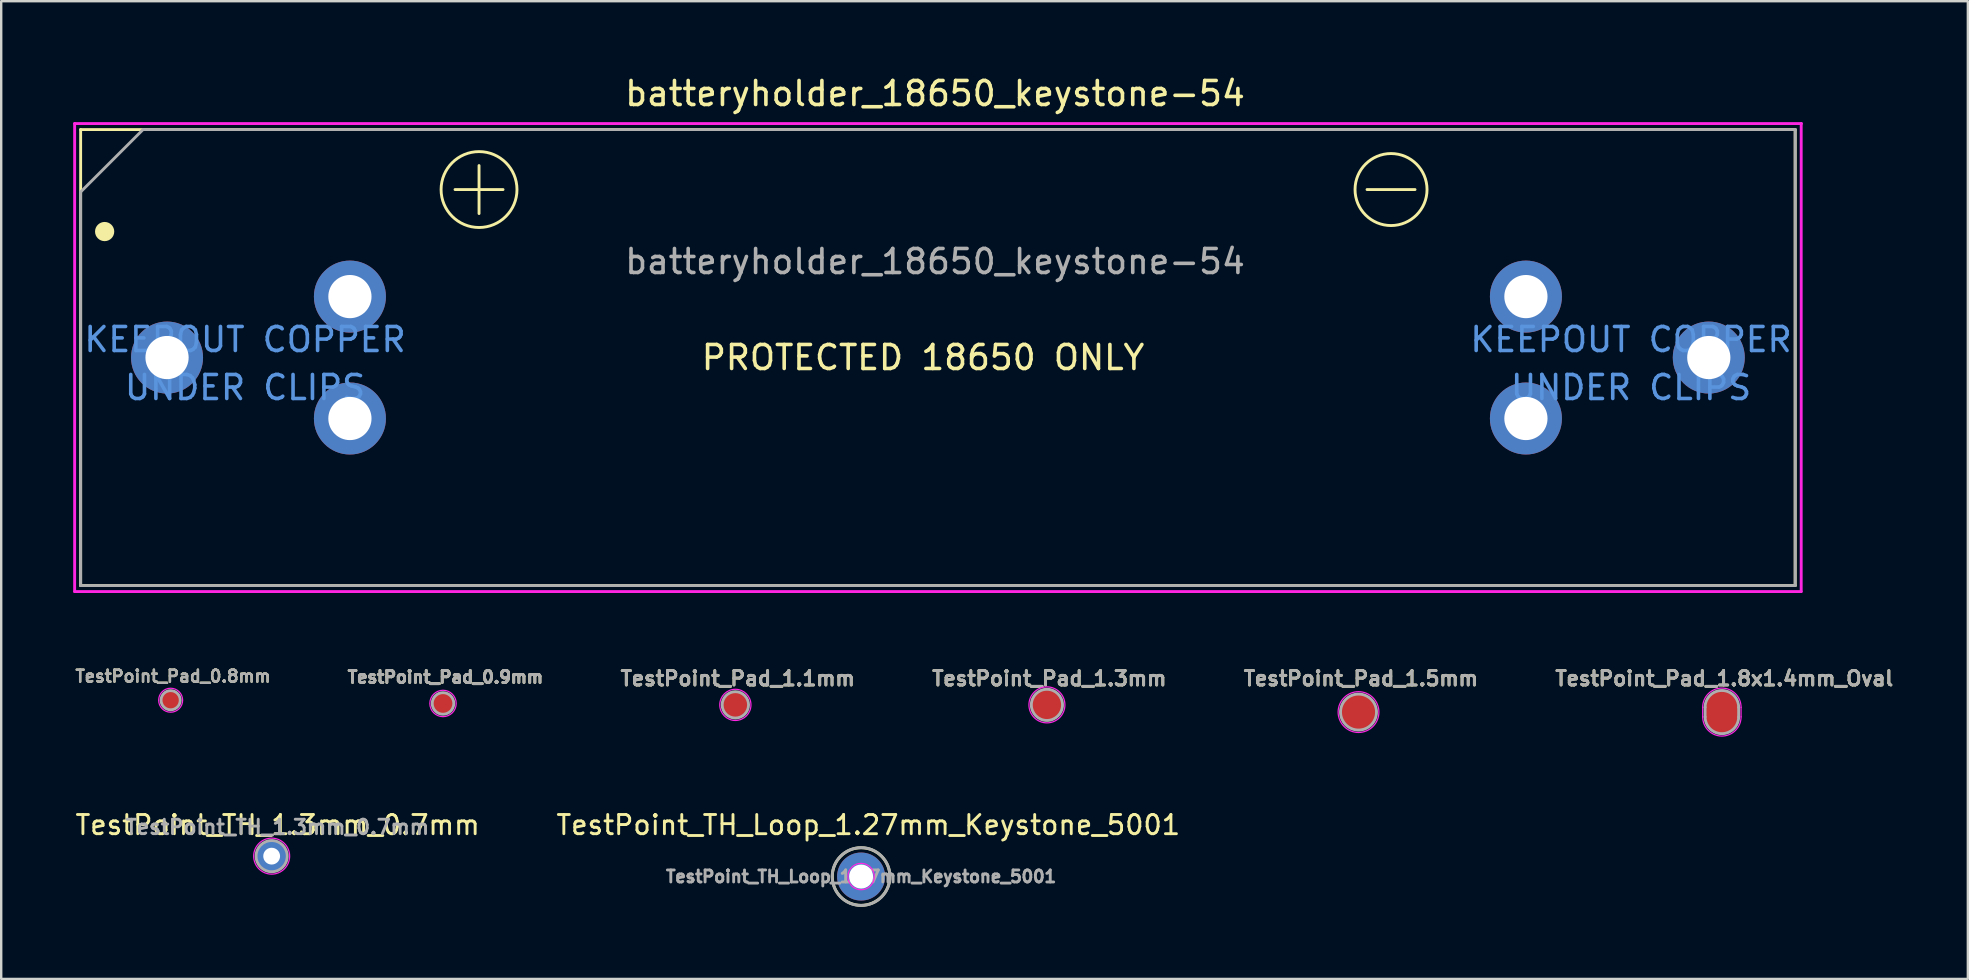
<source format=kicad_pcb>
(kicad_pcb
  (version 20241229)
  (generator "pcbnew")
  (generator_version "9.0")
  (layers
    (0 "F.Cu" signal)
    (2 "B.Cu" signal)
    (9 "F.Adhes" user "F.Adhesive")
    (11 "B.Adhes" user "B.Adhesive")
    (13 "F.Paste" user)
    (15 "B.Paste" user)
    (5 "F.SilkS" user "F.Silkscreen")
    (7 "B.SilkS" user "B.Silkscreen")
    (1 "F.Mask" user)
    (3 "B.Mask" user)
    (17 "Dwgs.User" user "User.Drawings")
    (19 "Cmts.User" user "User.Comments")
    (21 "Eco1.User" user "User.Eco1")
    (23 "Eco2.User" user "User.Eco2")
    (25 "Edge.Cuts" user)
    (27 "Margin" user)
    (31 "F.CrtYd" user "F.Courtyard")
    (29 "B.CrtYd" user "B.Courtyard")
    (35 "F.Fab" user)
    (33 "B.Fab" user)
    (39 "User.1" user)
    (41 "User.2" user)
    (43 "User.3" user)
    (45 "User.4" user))
  (footprint "TestPoint_Pad_1.3mm"
    (layer "F.Cu")
    (at 40.572 26.32)
    (property "Reference" "TestPoint_Pad_1.3mm" (at 0.1 -1.1 0) (unlocked yes) (layer "F.SilkS") (effects (font (size 0.6 0.6) (thickness 0.12))))
    (attr exclude_from_pos_files exclude_from_bom)
    (fp_circle (center 0 0) (end 0.75 0) (stroke (width 0.05) (type solid)) (fill no) (layer "F.CrtYd"))
    (fp_circle (center 0 0) (end 0.65 0) (stroke (width 0.12) (type solid)) (fill no) (layer "F.Fab"))
    (fp_text user "${REFERENCE}" (at 0.1 -1.1 0) (unlocked yes) (layer "F.Fab") (effects (font (size 0.6 0.6) (thickness 0.12))))
    (pad "1" smd circle (at 0 0) (size 1.3 1.3) (property pad_prop_testpoint) (layers "F.Cu" "F.Mask")))
  (footprint "TestPoint_Pad_1.8x1.4mm_Oval"
    (layer "F.Cu")
    (at 68.695 26.62)
    (property "Reference" "TestPoint_Pad_1.8x1.4mm_Oval" (at 0.1 -1.4 0) (unlocked yes) (layer "F.SilkS") (effects (font (size 0.6 0.6) (thickness 0.12))))
    (attr exclude_from_pos_files exclude_from_bom)
    (fp_line (start -0.8 -0.2) (end -0.8 0.2) (stroke (width 0.05) (type solid)) (layer "F.CrtYd"))
    (fp_line (start 0.8 -0.2) (end 0.8 0.2) (stroke (width 0.05) (type solid)) (layer "F.CrtYd"))
    (fp_arc (start -0.8 -0.2) (mid 0 -1) (end 0.8 -0.2) (stroke (width 0.05) (type solid)) (layer "F.CrtYd"))
    (fp_arc (start 0.8 0.2) (mid 0 1) (end -0.8 0.2) (stroke (width 0.05) (type solid)) (layer "F.CrtYd"))
    (fp_line (start -0.7 0.2) (end -0.7 -0.2) (stroke (width 0.12) (type solid)) (layer "F.Fab"))
    (fp_line (start 0.7 -0.2) (end 0.7 0.2) (stroke (width 0.12) (type solid)) (layer "F.Fab"))
    (fp_arc (start -0.7 -0.2) (mid 0 -0.9) (end 0.7 -0.2) (stroke (width 0.12) (type solid)) (layer "F.Fab"))
    (fp_arc (start 0.7 0.2) (mid 0 0.9) (end -0.7 0.2) (stroke (width 0.12) (type solid)) (layer "F.Fab"))
    (fp_text user "${REFERENCE}" (at 0.1 -1.4 0) (unlocked yes) (layer "F.Fab") (effects (font (size 0.6 0.6) (thickness 0.12))))
    (pad "1" smd oval (at 0 0) (size 1.4 1.8) (property pad_prop_testpoint) (layers "F.Cu" "F.Mask")))
  (footprint "TestPoint_TH_1.3mm_0.7mm"
    (layer "F.Cu")
    (at 8.269 32.623)
    (property "Reference" "TestPoint_TH_1.3mm_0.7mm" (at 0.25 -1.3 0) (unlocked yes) (layer "F.SilkS") (effects (font (size 0.8 0.8) (thickness 0.12))))
    (attr exclude_from_pos_files exclude_from_bom)
    (fp_circle (center 0 0) (end 0.75 0) (stroke (width 0.05) (type solid)) (fill no) (layer "F.CrtYd"))
    (fp_circle (center 0 0) (end 0.65 0) (stroke (width 0.12) (type solid)) (fill no) (layer "F.Fab"))
    (fp_text user "${REFERENCE}" (at 0.24 -1.21 0) (unlocked yes) (layer "F.Fab") (effects (font (size 0.6 0.6) (thickness 0.12))))
    (pad "1" thru_hole circle (at 0 0) (size 1.3 1.3) (drill 0.7) (property pad_prop_testpoint) (layers "*.Cu" "*.Mask")))
  (footprint "TestPoint_Pad_1.5mm"
    (layer "F.Cu")
    (at 53.555 26.62)
    (property "Reference" "TestPoint_Pad_1.5mm" (at 0.1 -1.4 0) (unlocked yes) (layer "F.SilkS") (effects (font (size 0.6 0.6) (thickness 0.12))))
    (attr exclude_from_pos_files exclude_from_bom)
    (fp_circle (center 0 0) (end 0.85 0) (stroke (width 0.05) (type solid)) (fill no) (layer "F.CrtYd"))
    (fp_circle (center 0 0) (end 0.75 0) (stroke (width 0.12) (type solid)) (fill no) (layer "F.Fab"))
    (fp_text user "${REFERENCE}" (at 0.1 -1.4 0) (unlocked yes) (layer "F.Fab") (effects (font (size 0.6 0.6) (thickness 0.12))))
    (pad "1" smd circle (at 0 0) (size 1.5 1.5) (layers "F.Cu" "F.Mask")))
  (footprint "TestPoint_Pad_0.9mm"
    (layer "F.Cu")
    (at 15.409 26.261)
    (property "Reference" "TestPoint_Pad_0.9mm" (at 0.1 -1.1 0) (unlocked yes) (layer "F.SilkS") (effects (font (size 0.5 0.5) (thickness 0.12))))
    (attr exclude_from_pos_files exclude_from_bom)
    (fp_circle (center 0 0) (end 0.55 0) (stroke (width 0.05) (type solid)) (fill no) (layer "F.CrtYd"))
    (fp_circle (center 0 0) (end 0.45 0) (stroke (width 0.12) (type solid)) (fill no) (layer "F.Fab"))
    (fp_text user "${REFERENCE}" (at 0.1 -1.1 0) (unlocked yes) (layer "F.Fab") (effects (font (size 0.5 0.5) (thickness 0.12))))
    (pad "1" smd circle (at 0 0) (size 0.9 0.9) (layers "F.Cu" "F.Mask")))
  (footprint "TestPoint_Pad_0.8mm"
    (layer "F.Cu")
    (at 4.06 26.126)
    (property "Reference" "TestPoint_Pad_0.8mm" (at 0.1 -1 0) (unlocked yes) (layer "F.SilkS") (effects (font (size 0.5 0.5) (thickness 0.1))))
    (attr exclude_from_pos_files exclude_from_bom)
    (fp_circle (center 0 0) (end 0.5 0) (stroke (width 0.05) (type solid)) (fill no) (layer "F.CrtYd"))
    (fp_circle (center 0 0) (end 0.4 0) (stroke (width 0.12) (type solid)) (fill no) (layer "F.Fab"))
    (fp_text user "${REFERENCE}" (at 0.1 -1 0) (unlocked yes) (layer "F.Fab") (effects (font (size 0.5 0.5) (thickness 0.1))))
    (pad "1" smd circle (at 0 0) (size 0.8 0.8) (property pad_prop_testpoint) (layers "F.Cu" "F.Mask")))
  (footprint "TestPoint_TH_Loop_1.27mm_Keystone_5001"
    (layer "F.Cu")
    (at 32.829 33.473)
    (property "Reference" "TestPoint_TH_Loop_1.27mm_Keystone_5001" (at 0.3 -2.15 0) (unlocked yes) (layer "F.SilkS") (effects (font (size 0.8 0.8) (thickness 0.12))))
    (attr through_hole)
    (fp_circle (center 0 0) (end 1.2 0) (stroke (width 0.12) (type solid)) (fill no) (layer "F.SilkS"))
    (fp_circle (center 0 0) (end 0.55 0) (stroke (width 0.05) (type solid)) (fill no) (layer "F.CrtYd"))
    (fp_circle (center 0 0) (end 1.2 0.1) (stroke (width 0.12) (type solid)) (fill no) (layer "F.Fab"))
    (fp_text user "${REFERENCE}" (at 0 0 0) (unlocked yes) (layer "F.Fab") (effects (font (size 0.5 0.5) (thickness 0.12))))
    (pad "1" thru_hole circle (at 0 0) (size 2 2) (drill 1) (property pad_prop_testpoint) (layers "*.Cu" "*.Mask")))
  (footprint "TestPoint_Pad_1.1mm"
    (layer "F.Cu")
    (at 27.59 26.32)
    (property "Reference" "TestPoint_Pad_1.1mm" (at 0.1 -1.1 0) (unlocked yes) (layer "F.SilkS") (effects (font (size 0.6 0.6) (thickness 0.12))))
    (attr exclude_from_pos_files exclude_from_bom)
    (fp_circle (center 0 0) (end 0.65 0) (stroke (width 0.05) (type solid)) (fill no) (layer "F.CrtYd"))
    (fp_circle (center 0 0) (end 0.55 0) (stroke (width 0.12) (type solid)) (fill no) (layer "F.Fab"))
    (fp_text user "${REFERENCE}" (at 0.1 -1.1 0) (unlocked yes) (layer "F.Fab") (effects (font (size 0.6 0.6) (thickness 0.12))))
    (pad "1" smd circle (at 0 0) (size 1.1 1.1) (property pad_prop_testpoint) (layers "F.Cu" "F.Mask")))
  (footprint "batteryholder_18650_keystone-54"
    (layer "F.Cu")
    (at 3.91 11.848)
    (property "Reference" "batteryholder_18650_keystone-54" (at 32 -11 0) (unlocked yes) (layer "F.SilkS") (effects (font (size 1 1) (thickness 0.15))))
    (attr through_hole)
    (fp_line (start -3.6 -9.5) (end 67.84 -9.5) (stroke (width 0.12) (type solid)) (layer "F.SilkS"))
    (fp_line (start -3.6 9.5) (end -3.6 -9.5) (stroke (width 0.12) (type solid)) (layer "F.SilkS"))
    (fp_line (start 12 -7) (end 14 -7) (stroke (width 0.12) (type solid)) (layer "F.SilkS"))
    (fp_line (start 13 -8) (end 13 -6) (stroke (width 0.12) (type solid)) (layer "F.SilkS"))
    (fp_line (start 50 -7) (end 52 -7) (stroke (width 0.12) (type solid)) (layer "F.SilkS"))
    (fp_line (start 67.84 -9.5) (end 67.84 9.5) (stroke (width 0.12) (type solid)) (layer "F.SilkS"))
    (fp_line (start 67.84 9.5) (end -3.6 9.5) (stroke (width 0.12) (type solid)) (layer "F.SilkS"))
    (fp_circle (center -2.6 -5.25) (end -2.4 -5.25) (stroke (width 0.4) (type solid)) (fill no) (layer "F.SilkS"))
    (fp_circle (center 13 -7) (end 13.5 -8.5) (stroke (width 0.12) (type solid)) (fill no) (layer "F.SilkS"))
    (fp_circle (center 51 -7) (end 51 -8.5) (stroke (width 0.12) (type solid)) (fill no) (layer "F.SilkS"))
    (fp_line (start -3.85 -9.75) (end -3.85 9.75) (stroke (width 0.12) (type solid)) (layer "F.CrtYd"))
    (fp_line (start -3.85 9.75) (end 68.09 9.75) (stroke (width 0.12) (type solid)) (layer "F.CrtYd"))
    (fp_line (start 68.09 9.75) (end 68.09 -9.75) (stroke (width 0.12) (type solid)) (layer "F.CrtYd"))
    (fp_line (start 68.1 -9.75) (end -3.85 -9.75) (stroke (width 0.12) (type solid)) (layer "F.CrtYd"))
    (fp_line (start -3.6 -6.9) (end -3.6 9.5) (stroke (width 0.12) (type solid)) (layer "F.Fab"))
    (fp_line (start -3.6 -6.9) (end -1 -9.5) (stroke (width 0.12) (type solid)) (layer "F.Fab"))
    (fp_line (start -3.6 9.5) (end 67.84 9.5) (stroke (width 0.12) (type solid)) (layer "F.Fab"))
    (fp_line (start 67.84 -9.5) (end -1 -9.5) (stroke (width 0.12) (type solid)) (layer "F.Fab"))
    (fp_line (start 67.84 9.5) (end 67.84 -9.5) (stroke (width 0.12) (type solid)) (layer "F.Fab"))
    (fp_text user "PROTECTED 18650 ONLY" (at 31.5 0 0) (layer "F.SilkS") (effects (font (size 1 1) (thickness 0.15))))
    (fp_text user "UNDER CLIPS" (at 61 1.25 0) (layer "Cmts.User") (effects (font (size 1 1) (thickness 0.15))))
    (fp_text user "KEEPOUT COPPER" (at 61 -0.75 0) (layer "Cmts.User") (effects (font (size 1 1) (thickness 0.15))))
    (fp_text user "KEEPOUT COPPER" (at 3.25 -0.75 0) (layer "Cmts.User") (effects (font (size 1 1) (thickness 0.15))))
    (fp_text user "UNDER CLIPS" (at 3.25 1.25 0) (layer "Cmts.User") (effects (font (size 1 1) (thickness 0.15))))
    (fp_text user "${REFERENCE}" (at 32 -4 0) (layer "F.Fab") (effects (font (size 1 1) (thickness 0.15))))
    (pad "1" thru_hole circle (at 0 0) (size 3 3) (drill 1.8) (layers "*.Cu" "*.Mask"))
    (pad "2" thru_hole circle (at 7.62 -2.54) (size 3 3) (drill 1.8) (layers "*.Cu" "*.Mask"))
    (pad "3" thru_hole circle (at 7.62 2.54) (size 3 3) (drill 1.8) (layers "*.Cu" "*.Mask"))
    (pad "4" thru_hole circle (at 56.62 -2.54) (size 3 3) (drill 1.8) (layers "*.Cu" "*.Mask"))
    (pad "5" thru_hole circle (at 56.62 2.54) (size 3 3) (drill 1.8) (layers "*.Cu" "*.Mask"))
    (pad "6" thru_hole circle (at 64.24 0) (size 3 3) (drill 1.8) (layers "*.Cu" "*.Mask"))
    (zone (net_name "") (layer "F.Cu") (hatch edge 0.508) (connect_pads) (min_thickness 0.254) (filled_areas_thickness no) (keepout (tracks not_allowed) (vias not_allowed) (pads allowed) (copperpour not_allowed) (footprints allowed)) (placement (enabled no)) (fill) (polygon (pts (xy 13.72 17.158) (xy 0.6 17.158) (xy 0.6 6.538) (xy 13.72 6.538))))
    (zone (net_name "") (layer "F.Cu") (hatch edge 0.508) (connect_pads) (min_thickness 0.254) (filled_areas_thickness no) (keepout (tracks not_allowed) (vias not_allowed) (pads allowed) (copperpour not_allowed) (footprints allowed)) (placement (enabled no)) (fill) (polygon (pts (xy 71.47 17.158) (xy 58.35 17.158) (xy 58.35 6.538) (xy 71.47 6.538)))))
  (gr_rect
    (start -3 -3)
    (end 78.944 37.738)
    (stroke (width 0.1) (type default))
    (fill no)
    (layer "Edge.Cuts")))
</source>
